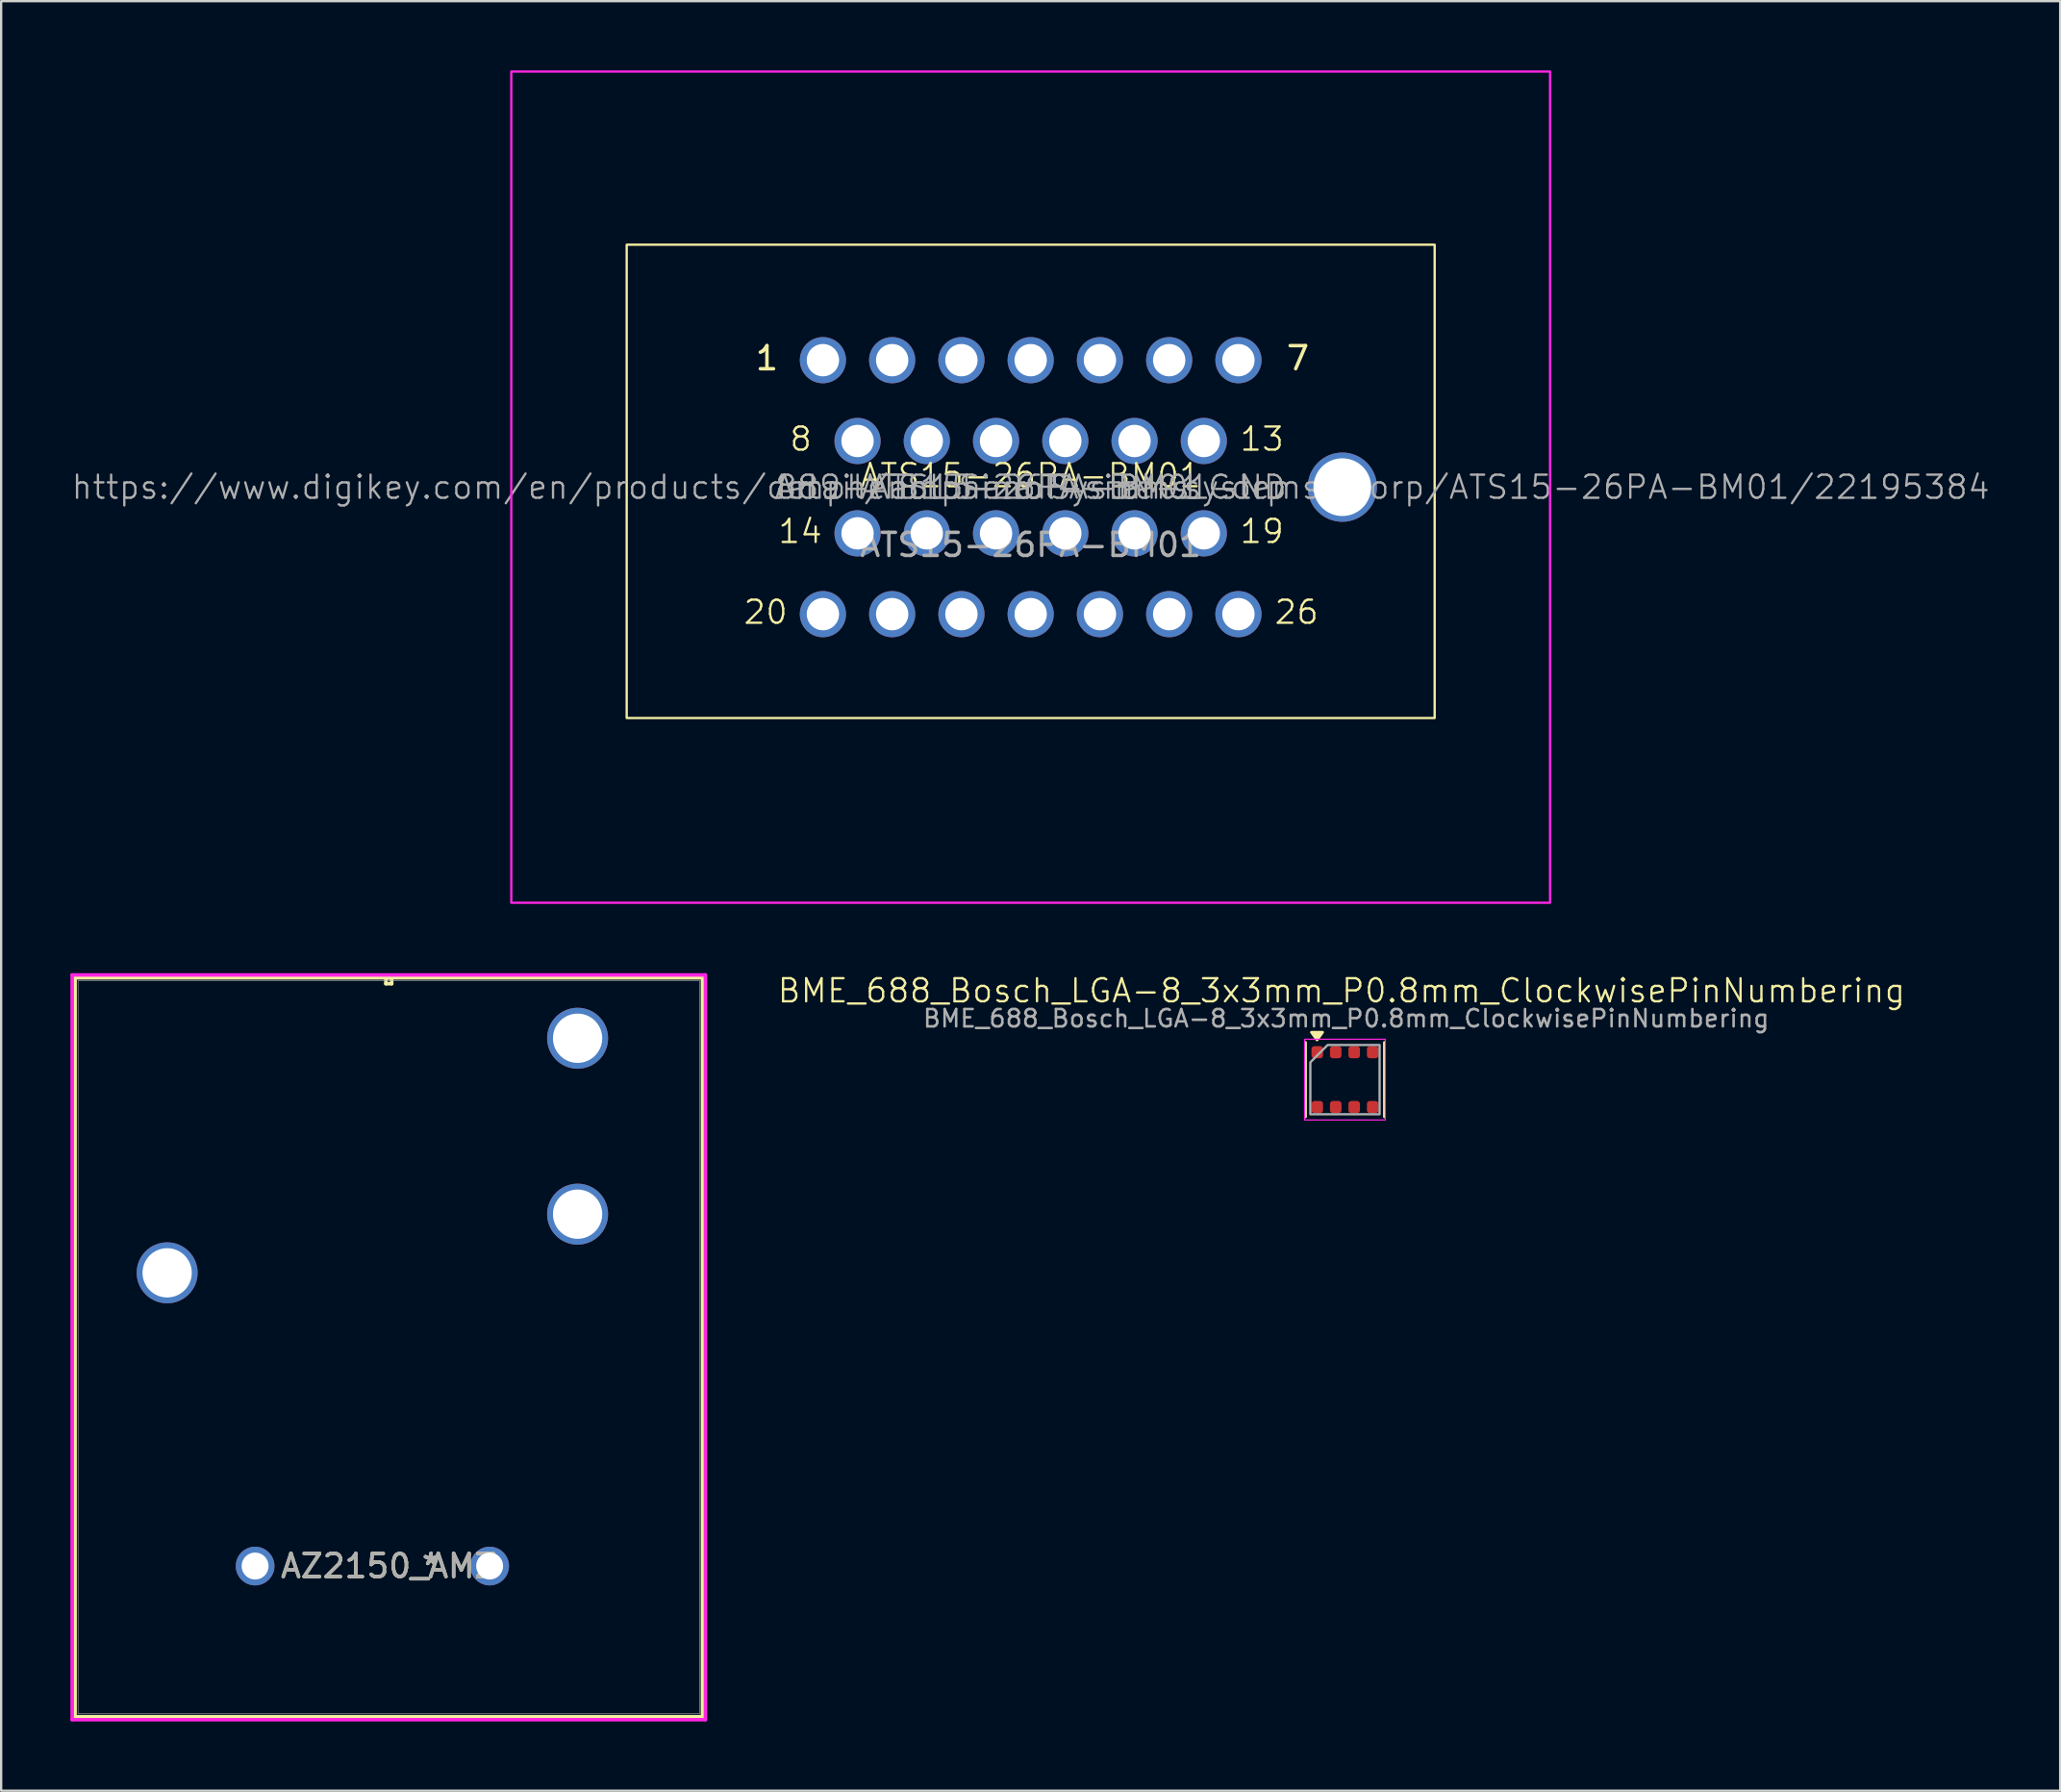
<source format=kicad_pcb>
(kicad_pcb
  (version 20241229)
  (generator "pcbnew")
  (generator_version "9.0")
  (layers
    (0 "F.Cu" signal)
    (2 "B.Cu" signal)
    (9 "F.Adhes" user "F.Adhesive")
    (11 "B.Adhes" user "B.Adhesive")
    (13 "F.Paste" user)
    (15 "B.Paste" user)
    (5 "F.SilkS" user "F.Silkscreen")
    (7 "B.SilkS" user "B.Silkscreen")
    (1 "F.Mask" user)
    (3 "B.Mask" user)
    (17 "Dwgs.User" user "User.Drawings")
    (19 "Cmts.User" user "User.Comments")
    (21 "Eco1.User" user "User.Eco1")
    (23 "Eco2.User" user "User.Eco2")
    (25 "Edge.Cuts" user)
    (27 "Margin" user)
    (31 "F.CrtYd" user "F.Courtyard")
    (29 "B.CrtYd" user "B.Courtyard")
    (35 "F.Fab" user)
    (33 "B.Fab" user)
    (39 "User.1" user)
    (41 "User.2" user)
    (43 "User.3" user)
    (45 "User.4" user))
  (footprint "BME_688_Bosch_LGA-8_3x3mm_P0.8mm_ClockwisePinNumbering"
    (layer "F.Cu")
    (at 55.213 43.711)
    (property "Reference" "BME_688_Bosch_LGA-8_3x3mm_P0.8mm_ClockwisePinNumbering" (at -0.15 -3.85 0) (unlocked yes) (layer "F.SilkS") (effects (font (size 1 1) (thickness 0.1))))
    (attr through_hole)
    (fp_line (start -1.71 1.61) (end -1.71 -1.61) (stroke (width 0.12) (type solid)) (layer "F.SilkS"))
    (fp_line (start 1.71 -1.61) (end 1.71 1.61) (stroke (width 0.12) (type solid)) (layer "F.SilkS"))
    (fp_poly (pts (xy -1.21 -1.72) (xy -1.45 -2.05) (xy -0.97 -2.05)) (stroke (width 0.12) (type solid)) (fill yes) (layer "F.SilkS"))
    (fp_rect (start -1.75 -1.75) (end 1.75 1.75) (stroke (width 0.05) (type solid)) (fill no) (layer "F.CrtYd"))
    (fp_poly (pts (xy -0.75 -1.5) (xy 1.5 -1.5) (xy 1.5 1.5) (xy -1.5 1.5) (xy -1.5 -0.75)) (stroke (width 0.1) (type solid)) (fill no) (layer "F.Fab"))
    (fp_text user "${REFERENCE}" (at 0.05 -2.65 0) (layer "F.Fab") (effects (font (size 0.75 0.75) (thickness 0.11))))
    (pad "1" smd roundrect (at -1.2 -1.188) (size 0.5 0.525) (layers "F.Cu" "F.Mask" "F.Paste") (roundrect_rratio 0.25))
    (pad "2" smd roundrect (at -0.4 -1.188) (size 0.5 0.525) (layers "F.Cu" "F.Mask" "F.Paste") (roundrect_rratio 0.25))
    (pad "3" smd roundrect (at 0.4 -1.188) (size 0.5 0.525) (layers "F.Cu" "F.Mask" "F.Paste") (roundrect_rratio 0.25))
    (pad "4" smd roundrect (at 1.2 -1.188) (size 0.5 0.525) (layers "F.Cu" "F.Mask" "F.Paste") (roundrect_rratio 0.25))
    (pad "5" smd roundrect (at 1.2 1.188) (size 0.5 0.525) (layers "F.Cu" "F.Mask" "F.Paste") (roundrect_rratio 0.25))
    (pad "6" smd roundrect (at 0.4 1.188) (size 0.5 0.525) (layers "F.Cu" "F.Mask" "F.Paste") (roundrect_rratio 0.25))
    (pad "7" smd roundrect (at -0.4 1.188) (size 0.5 0.525) (layers "F.Cu" "F.Mask" "F.Paste") (roundrect_rratio 0.25))
    (pad "8" smd roundrect (at -1.2 1.188) (size 0.5 0.525) (layers "F.Cu" "F.Mask" "F.Paste") (roundrect_rratio 0.25))
    (zone (net_name "") (layers "F.Cu" "B.Cu") (hatch edge 0.5) (connect_pads) (min_thickness 0.25) (filled_areas_thickness no) (keepout (tracks not_allowed) (vias not_allowed) (pads allowed) (copperpour not_allowed) (footprints allowed)) (placement (enabled no)) (fill) (polygon (pts (xy 53.763 42.785) (xy 54.288 42.775) (xy 56.688 42.775) (xy 56.688 44.625) (xy 53.763 44.636)))))
  (footprint "ATS15-26PA-BM01"
    (layer "F.Cu")
    (at 41.598 18.05)
    (property "Reference" "ATS15-26PA-BM01" (at 0 -0.5 0) (unlocked yes) (layer "F.SilkS") (effects (font (size 1 1) (thickness 0.1))))
    (property "Digi PN" "889-ATS15-26PA-BM01-ND" (at 0 0 0) (layer "F.Fab") (effects (font (size 1 1) (thickness 0.1))))
    (property "MFG" "Amphenol Sine Systems Corp" (at 0 0 0) (layer "F.Fab") (effects (font (size 1 1) (thickness 0.1))))
    (property "MFG PN" "ATS15-26PA-BM01" (at 0 0 0) (layer "F.Fab") (effects (font (size 1 1) (thickness 0.1))))
    (property "Digi URL" "https://www.digikey.com/en/products/detail/amphenol-sine-systems-corp/ATS15-26PA-BM01/22195384" (at 0 0 0) (layer "F.Fab") (effects (font (size 1 1) (thickness 0.1))))
    (attr through_hole)
    (fp_rect (start -17.5 -10.5) (end 17.5 10) (stroke (width 0.1) (type default)) (fill no) (layer "F.SilkS"))
    (fp_rect (start -22.5 -18) (end 22.5 18) (stroke (width 0.1) (type solid)) (fill no) (layer "F.CrtYd"))
    (fp_text user "13" (at 9 -1.5 0) (unlocked yes) (layer "F.SilkS") (effects (font (size 1 1) (thickness 0.1)) (justify left bottom)))
    (fp_text user "7" (at 11 -5 0) (unlocked yes) (layer "F.SilkS") (effects (font (size 1 1) (thickness 0.15)) (justify left bottom)))
    (fp_text user "19" (at 9 2.5 0) (unlocked yes) (layer "F.SilkS") (effects (font (size 1 1) (thickness 0.1)) (justify left bottom)))
    (fp_text user "14" (at -11 2.5 0) (unlocked yes) (layer "F.SilkS") (effects (font (size 1 1) (thickness 0.1)) (justify left bottom)))
    (fp_text user "1" (at -12 -5 0) (unlocked yes) (layer "F.SilkS") (effects (font (size 1 1) (thickness 0.15)) (justify left bottom)))
    (fp_text user "26" (at 10.5 6 0) (unlocked yes) (layer "F.SilkS") (effects (font (size 1 1) (thickness 0.1)) (justify left bottom)))
    (fp_text user "20" (at -12.5 6 0) (unlocked yes) (layer "F.SilkS") (effects (font (size 1 1) (thickness 0.1)) (justify left bottom)))
    (fp_text user "8" (at -10.5 -1.5 0) (unlocked yes) (layer "F.SilkS") (effects (font (size 1 1) (thickness 0.1)) (justify left bottom)))
    (fp_text user "${REFERENCE}" (at 0 2.5 0) (unlocked yes) (layer "F.Fab") (effects (font (size 1 1) (thickness 0.15))))
    (pad "1" thru_hole circle (at -9 -5.5) (size 2 2) (drill 1.4) (layers "*.Cu" "*.Mask"))
    (pad "2" thru_hole circle (at -6 -5.5) (size 2 2) (drill 1.4) (layers "*.Cu" "*.Mask"))
    (pad "3" thru_hole circle (at -3 -5.5) (size 2 2) (drill 1.4) (layers "*.Cu" "*.Mask"))
    (pad "4" thru_hole circle (at 0 -5.5) (size 2 2) (drill 1.4) (layers "*.Cu" "*.Mask"))
    (pad "5" thru_hole circle (at 3 -5.5) (size 2 2) (drill 1.4) (layers "*.Cu" "*.Mask"))
    (pad "6" thru_hole circle (at 6 -5.5) (size 2 2) (drill 1.4) (layers "*.Cu" "*.Mask"))
    (pad "7" thru_hole circle (at 9 -5.5) (size 2 2) (drill 1.4) (layers "*.Cu" "*.Mask"))
    (pad "8" thru_hole circle (at -7.5 -2) (size 2 2) (drill 1.4) (layers "*.Cu" "*.Mask"))
    (pad "9" thru_hole circle (at -4.5 -2) (size 2 2) (drill 1.4) (layers "*.Cu" "*.Mask"))
    (pad "10" thru_hole circle (at -1.5 -2) (size 2 2) (drill 1.4) (layers "*.Cu" "*.Mask"))
    (pad "11" thru_hole circle (at 1.5 -2) (size 2 2) (drill 1.4) (layers "*.Cu" "*.Mask"))
    (pad "12" thru_hole circle (at 4.5 -2) (size 2 2) (drill 1.4) (layers "*.Cu" "*.Mask"))
    (pad "13" thru_hole circle (at 7.5 -2) (size 2 2) (drill 1.4) (layers "*.Cu" "*.Mask"))
    (pad "14" thru_hole circle (at -7.5 2) (size 2 2) (drill 1.4) (layers "*.Cu" "*.Mask"))
    (pad "15" thru_hole circle (at -4.5 2) (size 2 2) (drill 1.4) (layers "*.Cu" "*.Mask"))
    (pad "16" thru_hole circle (at -1.5 2) (size 2 2) (drill 1.4) (layers "*.Cu" "*.Mask"))
    (pad "17" thru_hole circle (at 1.5 2) (size 2 2) (drill 1.4) (layers "*.Cu" "*.Mask"))
    (pad "18" thru_hole circle (at 4.5 2) (size 2 2) (drill 1.4) (layers "*.Cu" "*.Mask"))
    (pad "19" thru_hole circle (at 7.5 2) (size 2 2) (drill 1.4) (layers "*.Cu" "*.Mask"))
    (pad "20" thru_hole circle (at -9 5.5) (size 2 2) (drill 1.4) (layers "*.Cu" "*.Mask"))
    (pad "21" thru_hole circle (at -6 5.5) (size 2 2) (drill 1.4) (layers "*.Cu" "*.Mask"))
    (pad "22" thru_hole circle (at -3 5.5) (size 2 2) (drill 1.4) (layers "*.Cu" "*.Mask"))
    (pad "23" thru_hole circle (at 0 5.5) (size 2 2) (drill 1.4) (layers "*.Cu" "*.Mask"))
    (pad "24" thru_hole circle (at 3 5.5) (size 2 2) (drill 1.4) (layers "*.Cu" "*.Mask"))
    (pad "25" thru_hole circle (at 6 5.5) (size 2 2) (drill 1.4) (layers "*.Cu" "*.Mask"))
    (pad "26" thru_hole circle (at 9 5.5) (size 2 2) (drill 1.4) (layers "*.Cu" "*.Mask"))
    (pad "27" thru_hole circle (at 13.5 0) (size 3 3) (drill 2.5) (layers "*.Cu" "*.Mask")))
  (footprint "AZ2150_AMZ"
    (layer "F.Cu")
    (at 18.161 64.779)
    (property "Reference" "AZ2150_AMZ" (at -4.369 0 0) (unlocked yes) (layer "F.SilkS") (effects (font (size 1 1) (thickness 0.15))))
    (attr through_hole)
    (fp_line (start -17.958 -25.476) (end -17.958 6.528) (stroke (width 0.152) (type solid)) (layer "F.SilkS"))
    (fp_line (start -17.958 6.528) (end 9.22 6.528) (stroke (width 0.152) (type solid)) (layer "F.SilkS"))
    (fp_line (start -4.496 -25.476) (end -4.496 -25.222) (stroke (width 0.152) (type solid)) (layer "F.SilkS"))
    (fp_line (start -4.496 -25.222) (end -4.242 -25.222) (stroke (width 0.152) (type solid)) (layer "F.SilkS"))
    (fp_line (start -4.242 -25.476) (end -4.496 -25.476) (stroke (width 0.152) (type solid)) (layer "F.SilkS"))
    (fp_line (start -4.242 -25.222) (end -4.242 -25.476) (stroke (width 0.152) (type solid)) (layer "F.SilkS"))
    (fp_line (start 9.22 -25.476) (end -17.958 -25.476) (stroke (width 0.152) (type solid)) (layer "F.SilkS"))
    (fp_line (start 9.22 6.528) (end 9.22 -25.476) (stroke (width 0.152) (type solid)) (layer "F.SilkS"))
    (fp_line (start -18.085 -25.603) (end -18.085 6.655) (stroke (width 0.152) (type solid)) (layer "F.CrtYd"))
    (fp_line (start -18.085 6.655) (end 9.347 6.655) (stroke (width 0.152) (type solid)) (layer "F.CrtYd"))
    (fp_line (start 9.347 -25.603) (end -18.085 -25.603) (stroke (width 0.152) (type solid)) (layer "F.CrtYd"))
    (fp_line (start 9.347 6.655) (end 9.347 -25.603) (stroke (width 0.152) (type solid)) (layer "F.CrtYd"))
    (fp_line (start -17.831 -25.349) (end -17.831 6.401) (stroke (width 0.025) (type solid)) (layer "F.Fab"))
    (fp_line (start -17.831 6.401) (end 9.093 6.401) (stroke (width 0.025) (type solid)) (layer "F.Fab"))
    (fp_line (start -4.369 -25.349) (end -4.369 -25.349) (stroke (width 0.025) (type solid)) (layer "F.Fab"))
    (fp_line (start -4.369 -25.349) (end -4.369 -25.349) (stroke (width 0.025) (type solid)) (layer "F.Fab"))
    (fp_line (start -4.369 -25.349) (end -4.369 -25.349) (stroke (width 0.025) (type solid)) (layer "F.Fab"))
    (fp_line (start -4.369 -25.349) (end -4.369 -25.349) (stroke (width 0.025) (type solid)) (layer "F.Fab"))
    (fp_line (start 9.093 -25.349) (end -17.831 -25.349) (stroke (width 0.025) (type solid)) (layer "F.Fab"))
    (fp_line (start 9.093 6.401) (end 9.093 -25.349) (stroke (width 0.025) (type solid)) (layer "F.Fab"))
    (fp_text user "*" (at -2.54 0 0) (layer "F.SilkS") (effects (font (size 1 1) (thickness 0.15))))
    (fp_text user "*" (at -2.54 0 0) (unlocked yes) (layer "F.SilkS") (effects (font (size 1 1) (thickness 0.15))))
    (fp_text user "*" (at -2.54 0 0) (layer "F.Fab") (effects (font (size 1 1) (thickness 0.15))))
    (fp_text user "*" (at -2.54 0 0) (unlocked yes) (layer "F.Fab") (effects (font (size 1 1) (thickness 0.15))))
    (fp_text user "${REFERENCE}" (at -4.369 0 0) (unlocked yes) (layer "F.Fab") (effects (font (size 1 1) (thickness 0.15))))
    (pad "1" thru_hole circle (at 0 0) (size 1.676 1.676) (drill 1.168) (layers "*.Cu" "*.Mask"))
    (pad "2" thru_hole circle (at 3.81 -15.24) (size 2.642 2.642) (drill 2.134) (layers "*.Cu" "*.Mask"))
    (pad "3" thru_hole circle (at 3.81 -22.86) (size 2.642 2.642) (drill 2.134) (layers "*.Cu" "*.Mask"))
    (pad "4" thru_hole circle (at -13.97 -12.7) (size 2.642 2.642) (drill 2.134) (layers "*.Cu" "*.Mask"))
    (pad "5" thru_hole circle (at -10.16 0) (size 1.676 1.676) (drill 1.168) (layers "*.Cu" "*.Mask")))
  (gr_rect
    (start -3 -3)
    (end 86.195 74.51)
    (stroke (width 0.1) (type default))
    (fill no)
    (layer "Edge.Cuts")))
</source>
